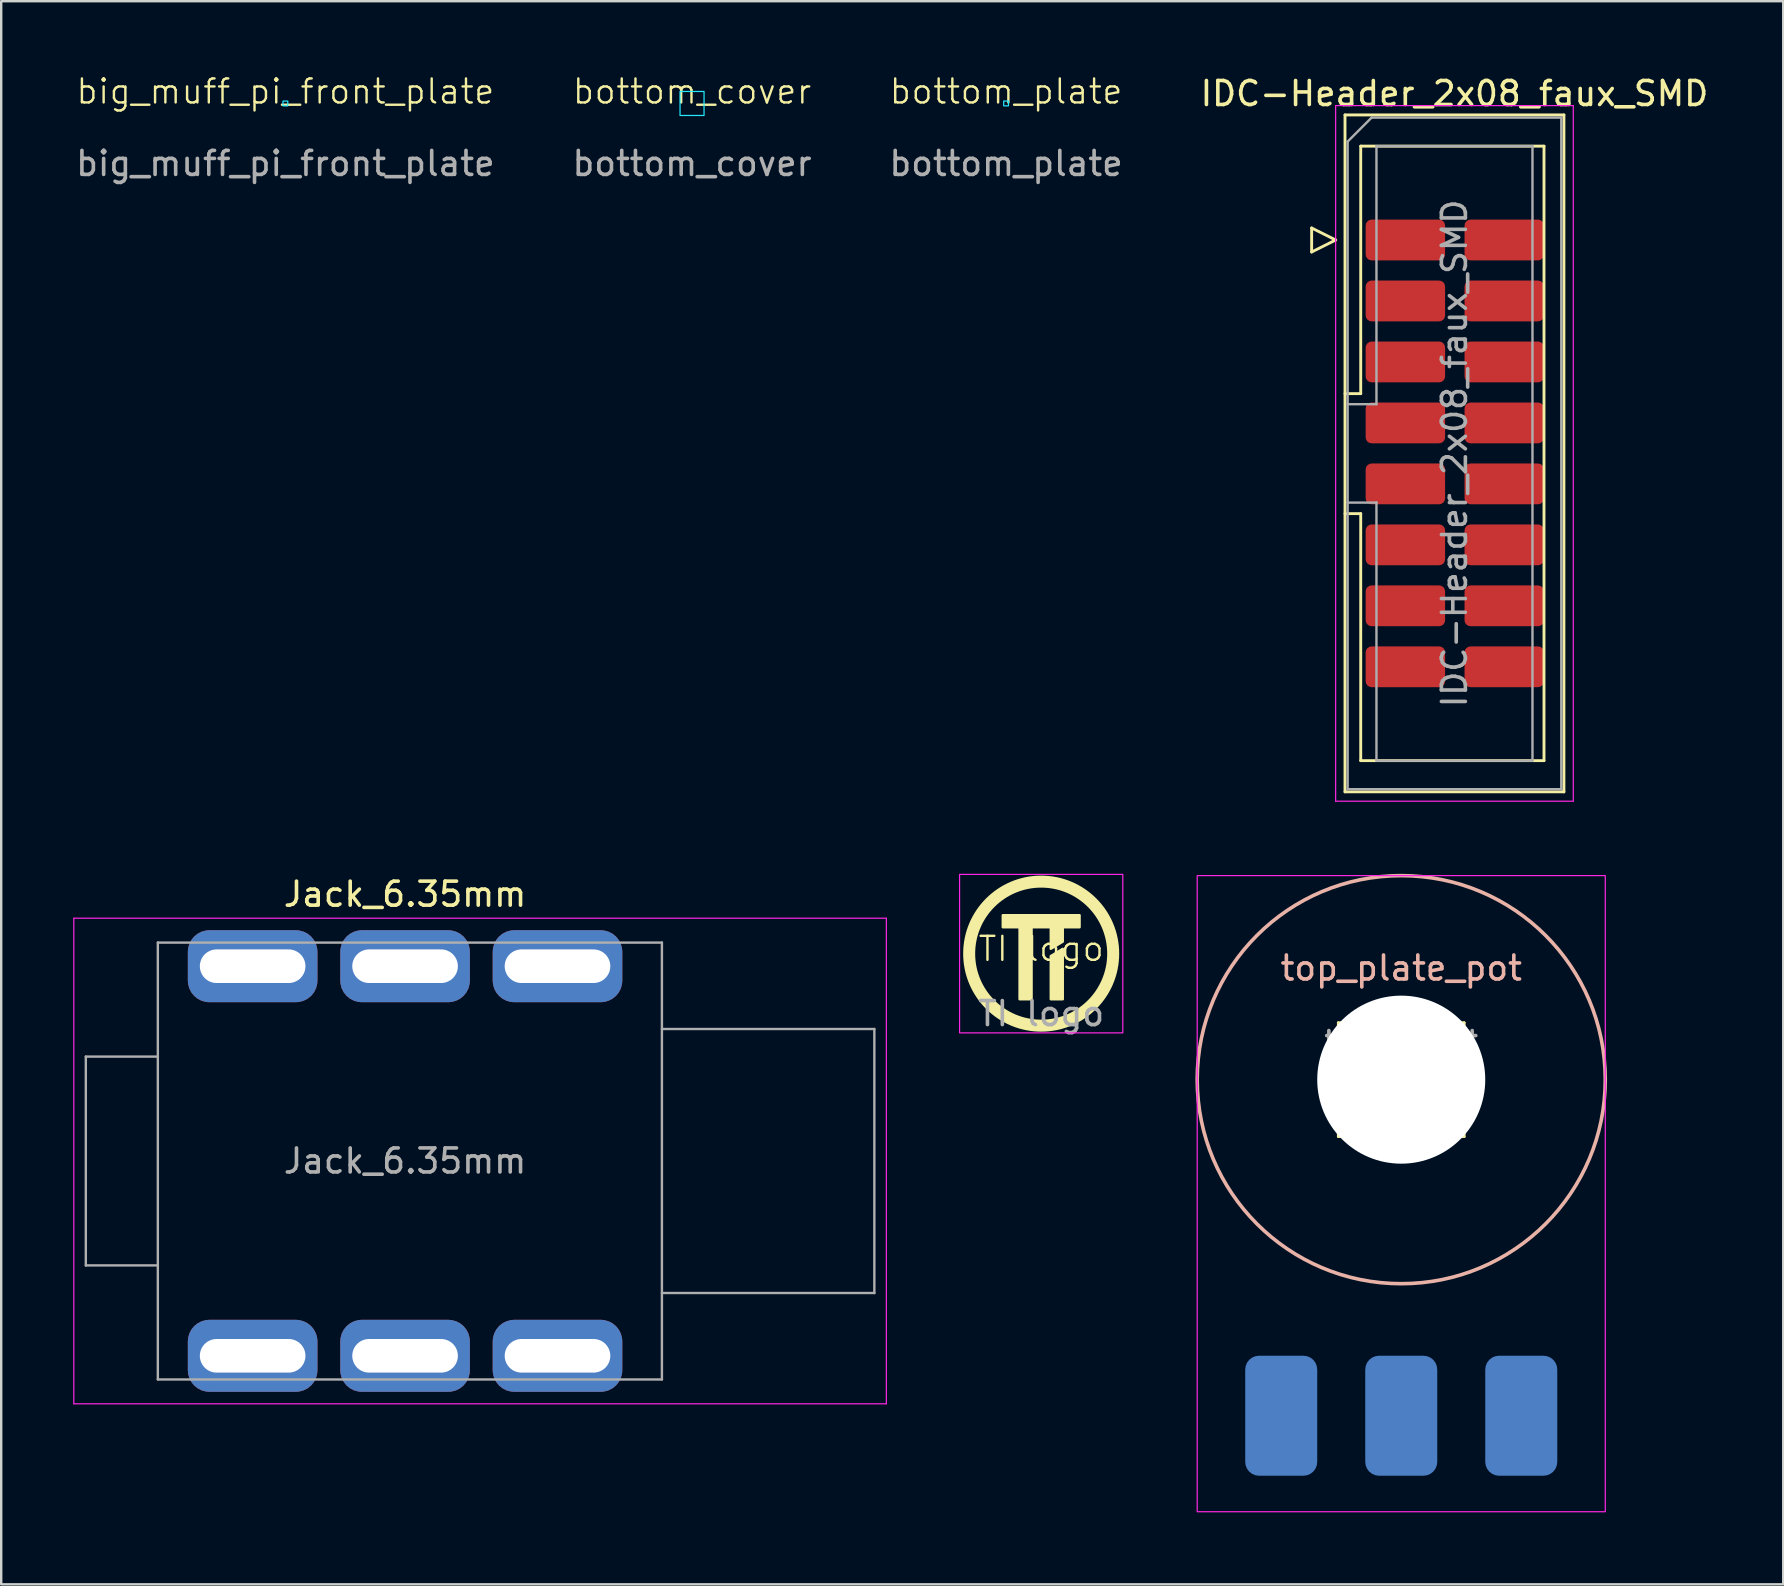
<source format=kicad_pcb>
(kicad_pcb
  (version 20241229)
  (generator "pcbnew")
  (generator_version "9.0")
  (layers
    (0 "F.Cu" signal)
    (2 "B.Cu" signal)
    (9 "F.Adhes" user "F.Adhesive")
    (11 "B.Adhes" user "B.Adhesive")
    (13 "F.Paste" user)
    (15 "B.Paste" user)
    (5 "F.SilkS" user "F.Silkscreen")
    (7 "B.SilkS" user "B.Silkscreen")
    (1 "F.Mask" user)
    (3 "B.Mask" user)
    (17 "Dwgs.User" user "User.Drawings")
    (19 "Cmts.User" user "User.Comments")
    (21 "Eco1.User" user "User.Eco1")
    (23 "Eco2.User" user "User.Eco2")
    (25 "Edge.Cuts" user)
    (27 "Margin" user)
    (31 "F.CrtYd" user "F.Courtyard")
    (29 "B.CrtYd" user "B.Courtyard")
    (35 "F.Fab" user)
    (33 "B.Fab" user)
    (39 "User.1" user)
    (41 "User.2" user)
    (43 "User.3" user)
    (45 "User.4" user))
  (footprint "IDC-Header_2x08_faux_SMD"
    (layer "F.Cu")
    (at 56.272 6.948)
    (property "Reference" "IDC-Header_2x08_faux_SMD" (at 1.27 -6.1 0) (layer "F.SilkS") (effects (font (size 1 1) (thickness 0.15))))
    (attr through_hole)
    (fp_line (start -4.68 -0.5) (end -4.68 0.5) (stroke (width 0.12) (type solid)) (layer "F.SilkS"))
    (fp_line (start -4.68 0.5) (end -3.68 0) (stroke (width 0.12) (type solid)) (layer "F.SilkS"))
    (fp_line (start -3.68 0) (end -4.68 -0.5) (stroke (width 0.12) (type solid)) (layer "F.SilkS"))
    (fp_line (start -3.29 -5.21) (end 5.83 -5.21) (stroke (width 0.12) (type solid)) (layer "F.SilkS"))
    (fp_line (start -3.29 6.4) (end -2.635 6.4) (stroke (width 0.12) (type solid)) (layer "F.SilkS"))
    (fp_line (start -3.29 22.99) (end -3.29 -5.21) (stroke (width 0.12) (type solid)) (layer "F.SilkS"))
    (fp_line (start -2.635 -3.91) (end 5 -3.91) (stroke (width 0.12) (type solid)) (layer "F.SilkS"))
    (fp_line (start -2.635 6.4) (end -2.635 -3.91) (stroke (width 0.12) (type solid)) (layer "F.SilkS"))
    (fp_line (start -2.635 11.4) (end -3.29 11.4) (stroke (width 0.12) (type solid)) (layer "F.SilkS"))
    (fp_line (start -2.635 21.69) (end -2.635 11.4) (stroke (width 0.12) (type solid)) (layer "F.SilkS"))
    (fp_line (start 5 -3.91) (end 5 21.69) (stroke (width 0.12) (type solid)) (layer "F.SilkS"))
    (fp_line (start 5 21.69) (end -2.635 21.69) (stroke (width 0.12) (type solid)) (layer "F.SilkS"))
    (fp_line (start 5.83 -5.21) (end 5.83 22.99) (stroke (width 0.12) (type solid)) (layer "F.SilkS"))
    (fp_line (start 5.83 22.99) (end -3.29 22.99) (stroke (width 0.12) (type solid)) (layer "F.SilkS"))
    (fp_line (start -3.68 -5.6) (end -3.68 23.38) (stroke (width 0.05) (type solid)) (layer "F.CrtYd"))
    (fp_line (start -3.68 23.38) (end 6.22 23.38) (stroke (width 0.05) (type solid)) (layer "F.CrtYd"))
    (fp_line (start 6.22 -5.6) (end -3.68 -5.6) (stroke (width 0.05) (type solid)) (layer "F.CrtYd"))
    (fp_line (start 6.22 23.38) (end 6.22 -5.6) (stroke (width 0.05) (type solid)) (layer "F.CrtYd"))
    (fp_line (start -3.18 -4.1) (end -2.18 -5.1) (stroke (width 0.1) (type solid)) (layer "F.Fab"))
    (fp_line (start -3.18 6.84) (end -1.98 6.84) (stroke (width 0.1) (type solid)) (layer "F.Fab"))
    (fp_line (start -3.18 22.88) (end -3.18 -4.1) (stroke (width 0.1) (type solid)) (layer "F.Fab"))
    (fp_line (start -2.18 -5.1) (end 5.72 -5.1) (stroke (width 0.1) (type solid)) (layer "F.Fab"))
    (fp_line (start -1.98 -3.91) (end 4.52 -3.91) (stroke (width 0.1) (type solid)) (layer "F.Fab"))
    (fp_line (start -1.98 6.84) (end -1.98 -3.91) (stroke (width 0.1) (type solid)) (layer "F.Fab"))
    (fp_line (start -1.98 10.94) (end -3.18 10.94) (stroke (width 0.1) (type solid)) (layer "F.Fab"))
    (fp_line (start -1.98 10.94) (end -1.98 10.94) (stroke (width 0.1) (type solid)) (layer "F.Fab"))
    (fp_line (start -1.98 21.69) (end -1.98 10.94) (stroke (width 0.1) (type solid)) (layer "F.Fab"))
    (fp_line (start 4.52 -3.91) (end 4.52 21.69) (stroke (width 0.1) (type solid)) (layer "F.Fab"))
    (fp_line (start 4.52 21.69) (end -1.98 21.69) (stroke (width 0.1) (type solid)) (layer "F.Fab"))
    (fp_line (start 5.72 -5.1) (end 5.72 22.88) (stroke (width 0.1) (type solid)) (layer "F.Fab"))
    (fp_line (start 5.72 22.88) (end -3.18 22.88) (stroke (width 0.1) (type solid)) (layer "F.Fab"))
    (fp_text user "${REFERENCE}" (at 1.27 8.89 90) (layer "F.Fab") (effects (font (size 1 1) (thickness 0.15))))
    (pad "1" smd roundrect (at -0.2 0) (size 3.31 1.7) (drill (offset -0.575 0)) (layers "F.Cu" "F.Mask") (roundrect_rratio 0.147))
    (pad "2" smd roundrect (at 3.345 0) (size 3.31 1.7) (layers "F.Cu" "F.Mask") (roundrect_rratio 0.147))
    (pad "3" smd roundrect (at -0.775 2.54) (size 3.31 1.7) (layers "F.Cu" "F.Mask") (roundrect_rratio 0.147))
    (pad "4" smd roundrect (at 3.345 2.54) (size 3.31 1.7) (layers "F.Cu" "F.Mask") (roundrect_rratio 0.147))
    (pad "5" smd roundrect (at -0.775 5.08) (size 3.31 1.7) (layers "F.Cu" "F.Mask") (roundrect_rratio 0.147))
    (pad "6" smd roundrect (at 3.345 5.08) (size 3.31 1.7) (layers "F.Cu" "F.Mask") (roundrect_rratio 0.147))
    (pad "7" smd roundrect (at -0.775 7.62) (size 3.31 1.7) (layers "F.Cu" "F.Mask") (roundrect_rratio 0.147))
    (pad "8" smd roundrect (at 3.345 7.62) (size 3.31 1.7) (layers "F.Cu" "F.Mask") (roundrect_rratio 0.147))
    (pad "9" smd roundrect (at -0.775 10.16) (size 3.31 1.7) (layers "F.Cu" "F.Mask") (roundrect_rratio 0.147))
    (pad "10" smd roundrect (at 3.345 10.16) (size 3.31 1.7) (layers "F.Cu" "F.Mask") (roundrect_rratio 0.147))
    (pad "11" smd roundrect (at -0.775 12.7) (size 3.31 1.7) (layers "F.Cu" "F.Mask") (roundrect_rratio 0.147))
    (pad "12" smd roundrect (at 3.345 12.7) (size 3.31 1.7) (layers "F.Cu" "F.Mask") (roundrect_rratio 0.147))
    (pad "13" smd roundrect (at -0.775 15.24) (size 3.31 1.7) (layers "F.Cu" "F.Mask") (roundrect_rratio 0.147))
    (pad "14" smd roundrect (at 3.345 15.24) (size 3.31 1.7) (layers "F.Cu" "F.Mask") (roundrect_rratio 0.147))
    (pad "15" smd roundrect (at -0.775 17.78) (size 3.31 1.7) (layers "F.Cu" "F.Mask") (roundrect_rratio 0.147))
    (pad "16" smd roundrect (at 3.345 17.78) (size 3.31 1.7) (layers "F.Cu" "F.Mask") (roundrect_rratio 0.147)))
  (footprint "big_muff_pi_front_plate"
    (layer "F.Cu")
    (at 8.839 1.26)
    (property "Reference" "big_muff_pi_front_plate" (at 0 -0.5 0) (unlocked yes) (layer "F.SilkS") (effects (font (size 1 1) (thickness 0.1))))
    (attr through_hole)
    (fp_rect (start -0.1 -0.1) (end 0.1 0.1) (stroke (width 0.05) (type default)) (fill no) (layer "B.CrtYd"))
    (fp_text user "${REFERENCE}" (at 0 2.5 0) (unlocked yes) (layer "F.Fab") (effects (font (size 1 1) (thickness 0.15)))))
  (footprint "bottom_cover"
    (layer "F.Cu")
    (at 25.78 1.26)
    (property "Reference" "bottom_cover" (at 0 -0.5 0) (unlocked yes) (layer "F.SilkS") (effects (font (size 1 1) (thickness 0.1))))
    (attr through_hole)
    (fp_rect (start -0.5 -0.5) (end 0.5 0.5) (stroke (width 0.05) (type default)) (fill no) (layer "B.CrtYd"))
    (fp_text user "${REFERENCE}" (at 0 2.5 0) (unlocked yes) (layer "F.Fab") (effects (font (size 1 1) (thickness 0.15)))))
  (footprint "top_plate_pot"
    (layer "F.Cu")
    (at 55.325 41.928)
    (property "Reference" "top_plate_pot" (at 0 -4.65 0) (layer "B.SilkS") (effects (font (size 1 1) (thickness 0.15))))
    (attr smd)
    (fp_line (start -2.62 -2.37) (end -2.62 2.37) (stroke (width 0.12) (type solid)) (layer "F.SilkS"))
    (fp_line (start -2.62 -2.37) (end -2.06 -2.37) (stroke (width 0.12) (type solid)) (layer "F.SilkS"))
    (fp_line (start -2.62 2.37) (end -1.26 2.37) (stroke (width 0.12) (type solid)) (layer "F.SilkS"))
    (fp_line (start -0.24 -2.37) (end 0.24 -2.37) (stroke (width 0.12) (type solid)) (layer "F.SilkS"))
    (fp_line (start 1.26 2.37) (end 2.62 2.37) (stroke (width 0.12) (type solid)) (layer "F.SilkS"))
    (fp_line (start 2.06 -2.37) (end 2.62 -2.37) (stroke (width 0.12) (type solid)) (layer "F.SilkS"))
    (fp_line (start 2.62 -2.37) (end 2.62 2.37) (stroke (width 0.12) (type solid)) (layer "F.SilkS"))
    (fp_circle (center 0 0) (end 8.5 0) (stroke (width 0.15) (type default)) (fill no) (layer "B.SilkS"))
    (fp_rect (start -8.5 -8.5) (end 8.5 18) (stroke (width 0.05) (type default)) (fill no) (layer "F.CrtYd"))
    (fp_line (start -2.5 -2.25) (end -2.5 2.25) (stroke (width 0.1) (type solid)) (layer "F.Fab"))
    (fp_line (start -2.5 2.25) (end 2.5 2.25) (stroke (width 0.1) (type solid)) (layer "F.Fab"))
    (fp_line (start 2.5 -2.25) (end -2.5 -2.25) (stroke (width 0.1) (type solid)) (layer "F.Fab"))
    (fp_line (start 2.5 2.25) (end 2.5 -2.25) (stroke (width 0.1) (type solid)) (layer "F.Fab"))
    (fp_text user "${REFERENCE}" (at 0 -1.7 0) (layer "F.Fab") (effects (font (size 0.63 0.63) (thickness 0.15))))
    (pad "" np_thru_hole circle (at 0 0) (size 7 7) (drill 7) (layers "*.Cu" "*.Mask"))
    (pad "1" smd roundrect (at -5 14) (size 3 5) (layers "B.Cu" "B.Mask" "B.Paste") (roundrect_rratio 0.192))
    (pad "2" smd roundrect (at 0 14) (size 3 5) (layers "B.Cu" "B.Mask" "B.Paste") (roundrect_rratio 0.192))
    (pad "3" smd roundrect (at 5 14) (size 3 5) (layers "B.Cu" "B.Mask" "B.Paste") (roundrect_rratio 0.192)))
  (footprint "bottom_plate"
    (layer "F.Cu")
    (at 38.863 1.26)
    (property "Reference" "bottom_plate" (at 0 -0.5 0) (unlocked yes) (layer "F.SilkS") (effects (font (size 1 1) (thickness 0.1))))
    (attr through_hole)
    (fp_rect (start -0.1 -0.1) (end 0.1 0.1) (stroke (width 0.05) (type default)) (fill no) (layer "B.CrtYd"))
    (fp_text user "${REFERENCE}" (at 0 2.5 0) (unlocked yes) (layer "F.Fab") (effects (font (size 1 1) (thickness 0.15)))))
  (footprint "Jack_6.35mm"
    (layer "F.Cu")
    (at 7.475 37.202)
    (property "Reference" "Jack_6.35mm" (at 6.35 -3 0) (layer "F.SilkS") (effects (font (size 1 1) (thickness 0.15))))
    (attr through_hole)
    (fp_line (start -7.45 18.23) (end -7.45 -2) (stroke (width 0.05) (type solid)) (layer "F.CrtYd"))
    (fp_line (start -7.45 18.23) (end 26.4 18.23) (stroke (width 0.05) (type solid)) (layer "F.CrtYd"))
    (fp_line (start 26.4 -2) (end -7.45 -2) (stroke (width 0.05) (type solid)) (layer "F.CrtYd"))
    (fp_line (start 26.4 18.23) (end 26.4 -2) (stroke (width 0.05) (type solid)) (layer "F.CrtYd"))
    (fp_line (start -6.95 3.765) (end -3.95 3.765) (stroke (width 0.1) (type solid)) (layer "F.Fab"))
    (fp_line (start -6.95 12.465) (end -6.95 3.765) (stroke (width 0.1) (type solid)) (layer "F.Fab"))
    (fp_line (start -6.95 12.465) (end -3.95 12.465) (stroke (width 0.1) (type solid)) (layer "F.Fab"))
    (fp_line (start -3.95 17.215) (end -3.95 -0.985) (stroke (width 0.1) (type solid)) (layer "F.Fab"))
    (fp_line (start 17.05 -0.985) (end -3.95 -0.985) (stroke (width 0.1) (type solid)) (layer "F.Fab"))
    (fp_line (start 17.05 17.215) (end -3.95 17.215) (stroke (width 0.1) (type solid)) (layer "F.Fab"))
    (fp_line (start 17.05 17.215) (end 17.05 -0.985) (stroke (width 0.1) (type solid)) (layer "F.Fab"))
    (fp_line (start 25.9 2.615) (end 17.05 2.615) (stroke (width 0.1) (type solid)) (layer "F.Fab"))
    (fp_line (start 25.9 13.615) (end 17.05 13.615) (stroke (width 0.1) (type solid)) (layer "F.Fab"))
    (fp_line (start 25.9 13.615) (end 25.9 2.615) (stroke (width 0.1) (type solid)) (layer "F.Fab"))
    (fp_text user "${REFERENCE}" (at 6.35 8.115 0) (layer "F.Fab") (effects (font (size 1 1) (thickness 0.15))))
    (pad "R" thru_hole roundrect (at 6.35 16.23) (size 5.4 3) (drill oval 4.4 1.4) (layers "*.Cu" "*.Mask") (roundrect_rratio 0.3))
    (pad "RN" thru_hole roundrect (at 6.35 0) (size 5.4 3) (drill oval 4.4 1.4) (layers "*.Cu" "*.Mask") (roundrect_rratio 0.3))
    (pad "S" thru_hole roundrect (at 12.7 16.23) (size 5.4 3) (drill oval 4.4 1.4) (layers "*.Cu" "*.Mask") (roundrect_rratio 0.3))
    (pad "SN" thru_hole roundrect (at 12.7 0) (size 5.4 3) (drill oval 4.4 1.4) (layers "*.Cu" "*.Mask") (roundrect_rratio 0.3))
    (pad "T" thru_hole roundrect (at 0 16.23) (size 5.4 3) (drill oval 4.4 1.4) (layers "*.Cu" "*.Mask") (roundrect_rratio 0.3))
    (pad "TN" thru_hole roundrect (at 0 0) (size 5.4 3) (drill oval 4.4 1.4) (layers "*.Cu" "*.Mask") (roundrect_rratio 0.3)))
  (footprint "TI logo"
    (layer "F.Cu")
    (at 40.325 36.678)
    (property "Reference" "TI logo" (at 0 -0.2 0) (unlocked yes) (layer "F.SilkS") (effects (font (size 1 1) (thickness 0.1))))
    (attr through_hole)
    (fp_rect (start -1.6 -1.6) (end 1.6 -1.1) (stroke (width 0.1) (type solid)) (fill yes) (layer "F.SilkS"))
    (fp_circle (center 0 0) (end 3 0) (stroke (width 0.5) (type default)) (fill no) (layer "F.SilkS"))
    (fp_poly (pts (xy -0.9 1.9) (xy -0.9 -1.2) (xy -0.4 -1.2) (xy -0.4 1.9)) (stroke (width 0.1) (type solid)) (fill yes) (layer "F.SilkS"))
    (fp_poly (pts (xy 0.4 -0.2) (xy 0.9 -0.5) (xy 0.9 -1.3) (xy 0.4 -1.3)) (stroke (width 0.1) (type solid)) (fill yes) (layer "F.SilkS"))
    (fp_poly (pts (xy 0.4 1.9) (xy 0.4 0.1) (xy 0.9 -0.2) (xy 0.9 1.9)) (stroke (width 0.1) (type solid)) (fill yes) (layer "F.SilkS"))
    (fp_rect (start -3.4 -3.3) (end 3.4 3.3) (stroke (width 0.05) (type default)) (fill no) (layer "F.CrtYd"))
    (fp_text user "${REFERENCE}" (at 0 2.5 0) (unlocked yes) (layer "F.Fab") (effects (font (size 1 1) (thickness 0.15)))))
  (gr_rect
    (start -3 -3)
    (end 71.238 62.953)
    (stroke (width 0.1) (type default))
    (fill no)
    (layer "Edge.Cuts")))
</source>
